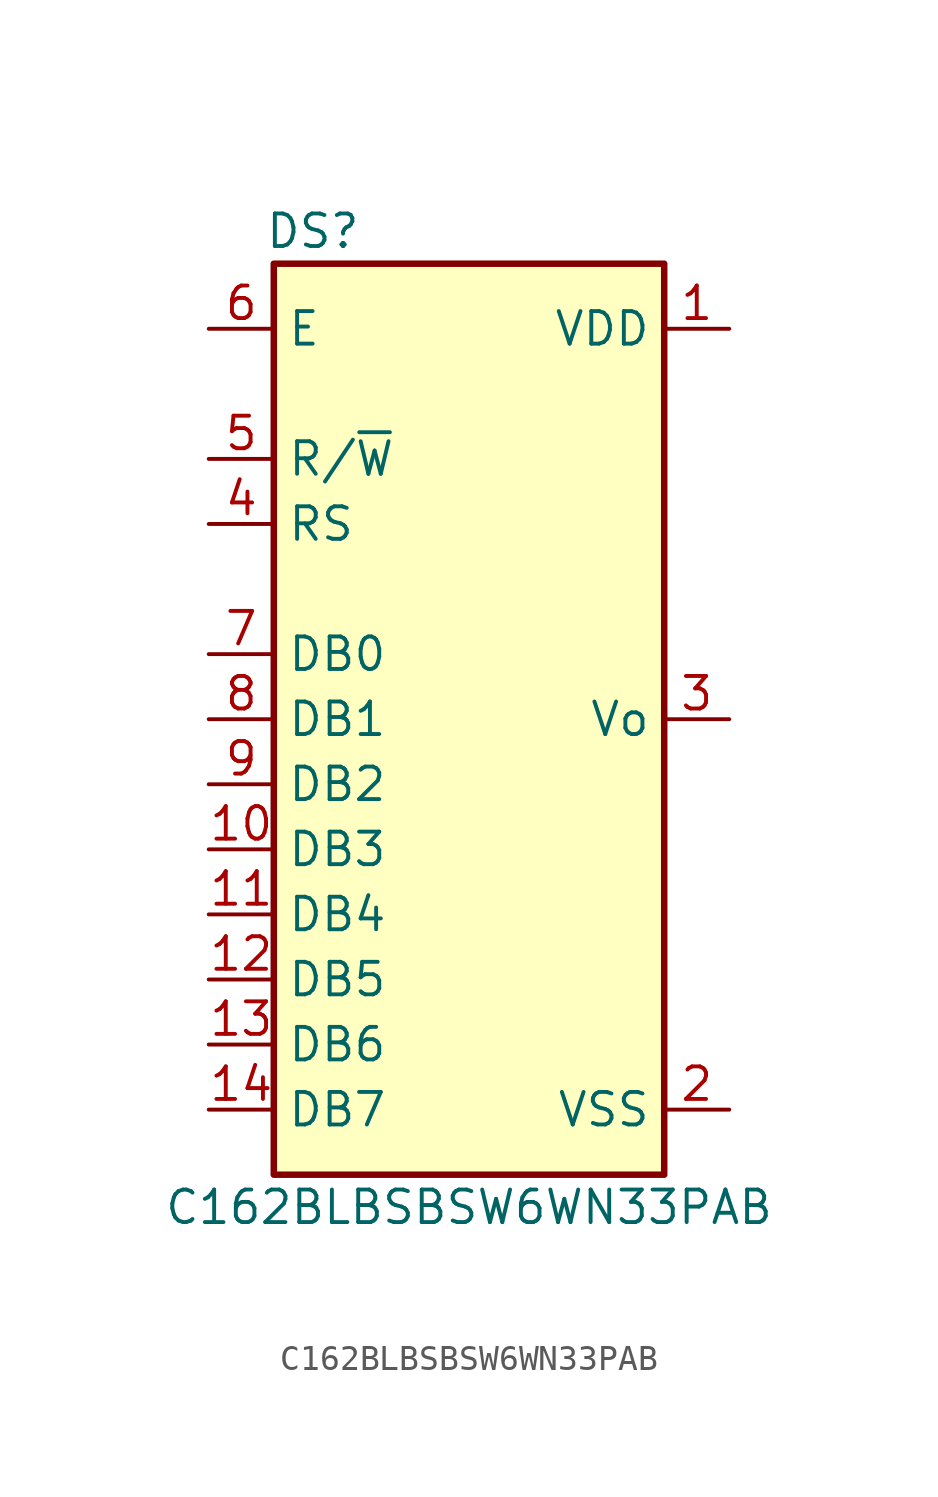
<source format=kicad_sym>
(kicad_symbol_lib
  (version 20211014)
  (generator kicad_symbol_editor)
  (symbol "C162BLBSBSW6WN33PAB"
    (property "Reference" "DS"
      (at -6.096 19.05 0)
      (effects (font (size 1.27 1.27))))
    (property "Value" "C162BLBSBSW6WN33PAB"
      (at 0 -19.05 0)
      (effects (font (size 1.27 1.27))))
    (symbol "C162BLBSBSW6WN33PAB_0_1"
      (rectangle (start -7.62 17.78) (end 7.62 -17.78) (stroke (width 0.254) (type default) (color 0 0 0 0)) (fill (type background))))
    (symbol "C162BLBSBSW6WN33PAB_1_1"
      (pin power_in line (at 10.16 15.24 180) (length 2.54) (name "VDD" (effects (font (size 1.27 1.27)))) (number "1" (effects (font (size 1.27 1.27)))))
      (pin bidirectional line (at -10.16 -5.08 0) (length 2.54) (name "DB3" (effects (font (size 1.27 1.27)))) (number "10" (effects (font (size 1.27 1.27)))))
      (pin bidirectional line (at -10.16 -7.62 0) (length 2.54) (name "DB4" (effects (font (size 1.27 1.27)))) (number "11" (effects (font (size 1.27 1.27)))))
      (pin bidirectional line (at -10.16 -10.16 0) (length 2.54) (name "DB5" (effects (font (size 1.27 1.27)))) (number "12" (effects (font (size 1.27 1.27)))))
      (pin bidirectional line (at -10.16 -12.7 0) (length 2.54) (name "DB6" (effects (font (size 1.27 1.27)))) (number "13" (effects (font (size 1.27 1.27)))))
      (pin bidirectional line (at -10.16 -15.24 0) (length 2.54) (name "DB7" (effects (font (size 1.27 1.27)))) (number "14" (effects (font (size 1.27 1.27)))))
      (pin power_in line (at 10.16 -15.24 180) (length 2.54) (name "VSS" (effects (font (size 1.27 1.27)))) (number "2" (effects (font (size 1.27 1.27)))))
      (pin input line (at 10.16 0 180) (length 2.54) (name "Vo" (effects (font (size 1.27 1.27)))) (number "3" (effects (font (size 1.27 1.27)))))
      (pin input line (at -10.16 7.62 0) (length 2.54) (name "RS" (effects (font (size 1.27 1.27)))) (number "4" (effects (font (size 1.27 1.27)))))
      (pin input line (at -10.16 10.16 0) (length 2.54) (name "R/~{W}" (effects (font (size 1.27 1.27)))) (number "5" (effects (font (size 1.27 1.27)))))
      (pin input line (at -10.16 15.24 0) (length 2.54) (name "E" (effects (font (size 1.27 1.27)))) (number "6" (effects (font (size 1.27 1.27)))))
      (pin bidirectional line (at -10.16 2.54 0) (length 2.54) (name "DB0" (effects (font (size 1.27 1.27)))) (number "7" (effects (font (size 1.27 1.27)))))
      (pin bidirectional line (at -10.16 0 0) (length 2.54) (name "DB1" (effects (font (size 1.27 1.27)))) (number "8" (effects (font (size 1.27 1.27)))))
      (pin bidirectional line (at -10.16 -2.54 0) (length 2.54) (name "DB2" (effects (font (size 1.27 1.27)))) (number "9" (effects (font (size 1.27 1.27))))))))
</source>
